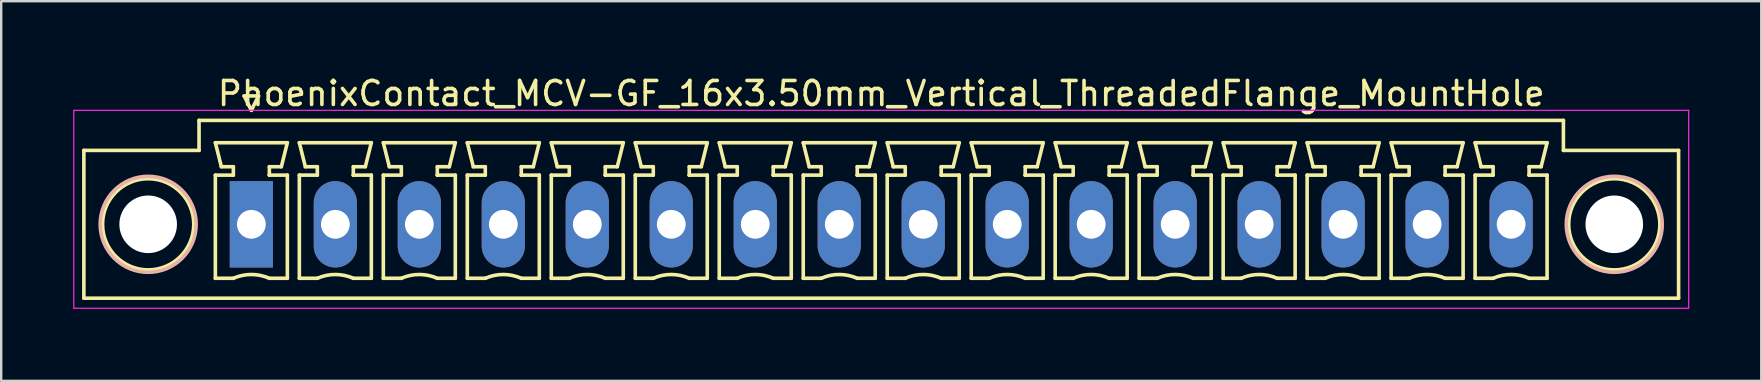
<source format=kicad_pcb>
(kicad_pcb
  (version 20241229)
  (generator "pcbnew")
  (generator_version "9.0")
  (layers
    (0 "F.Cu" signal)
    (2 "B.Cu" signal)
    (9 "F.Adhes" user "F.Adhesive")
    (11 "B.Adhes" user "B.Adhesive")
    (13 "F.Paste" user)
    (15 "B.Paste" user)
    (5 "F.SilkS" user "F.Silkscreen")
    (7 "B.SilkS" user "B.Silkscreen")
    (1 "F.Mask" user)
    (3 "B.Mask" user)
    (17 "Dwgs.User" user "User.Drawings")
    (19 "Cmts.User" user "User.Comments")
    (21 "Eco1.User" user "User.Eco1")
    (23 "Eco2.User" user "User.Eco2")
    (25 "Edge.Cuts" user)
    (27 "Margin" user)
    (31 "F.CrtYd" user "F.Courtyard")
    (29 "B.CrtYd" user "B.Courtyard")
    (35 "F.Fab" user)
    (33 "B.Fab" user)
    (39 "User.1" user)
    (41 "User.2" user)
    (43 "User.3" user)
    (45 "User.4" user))
  (footprint "PhoenixContact_MCV-GF_16x3.50mm_Vertical_ThreadedFlange_MountHole"
    (layer "F.Cu")
    (at 7.425 6.298)
    (property "Reference" "PhoenixContact_MCV-GF_16x3.50mm_Vertical_ThreadedFlange_MountHole" (at 26.25 -5.45 0) (layer "F.SilkS") (effects (font (size 1 1) (thickness 0.15))))
    (attr through_hole)
    (fp_line (start -6.98 -3.08) (end -6.98 3.08) (stroke (width 0.15) (type solid)) (layer "F.SilkS"))
    (fp_line (start -6.98 3.08) (end 59.48 3.08) (stroke (width 0.15) (type solid)) (layer "F.SilkS"))
    (fp_line (start -2.18 -4.33) (end -2.18 -3.08) (stroke (width 0.15) (type solid)) (layer "F.SilkS"))
    (fp_line (start -2.18 -3.08) (end -6.98 -3.08) (stroke (width 0.15) (type solid)) (layer "F.SilkS"))
    (fp_line (start -1.5 -3.4) (end 1.5 -3.4) (stroke (width 0.15) (type solid)) (layer "F.SilkS"))
    (fp_line (start -1.5 -2.05) (end -0.75 -2.05) (stroke (width 0.15) (type solid)) (layer "F.SilkS"))
    (fp_line (start -1.5 2.25) (end -1.5 -2.05) (stroke (width 0.15) (type solid)) (layer "F.SilkS"))
    (fp_line (start -1.25 -2.4) (end -1.5 -3.4) (stroke (width 0.15) (type solid)) (layer "F.SilkS"))
    (fp_line (start -0.75 -2.4) (end -1.25 -2.4) (stroke (width 0.15) (type solid)) (layer "F.SilkS"))
    (fp_line (start -0.75 -2.05) (end -0.75 -2.4) (stroke (width 0.15) (type solid)) (layer "F.SilkS"))
    (fp_line (start -0.75 2.25) (end -1.5 2.25) (stroke (width 0.15) (type solid)) (layer "F.SilkS"))
    (fp_line (start -0.3 -5.35) (end 0 -4.75) (stroke (width 0.15) (type solid)) (layer "F.SilkS"))
    (fp_line (start 0 -4.75) (end 0.3 -5.35) (stroke (width 0.15) (type solid)) (layer "F.SilkS"))
    (fp_line (start 0.3 -5.35) (end -0.3 -5.35) (stroke (width 0.15) (type solid)) (layer "F.SilkS"))
    (fp_line (start 0.75 -2.4) (end 0.75 -2.05) (stroke (width 0.15) (type solid)) (layer "F.SilkS"))
    (fp_line (start 0.75 -2.05) (end 0.75 -2.05) (stroke (width 0.15) (type solid)) (layer "F.SilkS"))
    (fp_line (start 0.75 -2.05) (end 1.5 -2.05) (stroke (width 0.15) (type solid)) (layer "F.SilkS"))
    (fp_line (start 1.25 -2.4) (end 0.75 -2.4) (stroke (width 0.15) (type solid)) (layer "F.SilkS"))
    (fp_line (start 1.5 -3.4) (end 1.25 -2.4) (stroke (width 0.15) (type solid)) (layer "F.SilkS"))
    (fp_line (start 1.5 -2.05) (end 1.5 2.25) (stroke (width 0.15) (type solid)) (layer "F.SilkS"))
    (fp_line (start 1.5 2.25) (end 0.75 2.25) (stroke (width 0.15) (type solid)) (layer "F.SilkS"))
    (fp_line (start 2 -3.4) (end 5 -3.4) (stroke (width 0.15) (type solid)) (layer "F.SilkS"))
    (fp_line (start 2 -2.05) (end 2.75 -2.05) (stroke (width 0.15) (type solid)) (layer "F.SilkS"))
    (fp_line (start 2 2.25) (end 2 -2.05) (stroke (width 0.15) (type solid)) (layer "F.SilkS"))
    (fp_line (start 2.25 -2.4) (end 2 -3.4) (stroke (width 0.15) (type solid)) (layer "F.SilkS"))
    (fp_line (start 2.75 -2.4) (end 2.25 -2.4) (stroke (width 0.15) (type solid)) (layer "F.SilkS"))
    (fp_line (start 2.75 -2.05) (end 2.75 -2.4) (stroke (width 0.15) (type solid)) (layer "F.SilkS"))
    (fp_line (start 2.75 2.25) (end 2 2.25) (stroke (width 0.15) (type solid)) (layer "F.SilkS"))
    (fp_line (start 4.25 -2.4) (end 4.25 -2.05) (stroke (width 0.15) (type solid)) (layer "F.SilkS"))
    (fp_line (start 4.25 -2.05) (end 4.25 -2.05) (stroke (width 0.15) (type solid)) (layer "F.SilkS"))
    (fp_line (start 4.25 -2.05) (end 5 -2.05) (stroke (width 0.15) (type solid)) (layer "F.SilkS"))
    (fp_line (start 4.75 -2.4) (end 4.25 -2.4) (stroke (width 0.15) (type solid)) (layer "F.SilkS"))
    (fp_line (start 5 -3.4) (end 4.75 -2.4) (stroke (width 0.15) (type solid)) (layer "F.SilkS"))
    (fp_line (start 5 -2.05) (end 5 2.25) (stroke (width 0.15) (type solid)) (layer "F.SilkS"))
    (fp_line (start 5 2.25) (end 4.25 2.25) (stroke (width 0.15) (type solid)) (layer "F.SilkS"))
    (fp_line (start 5.5 -3.4) (end 8.5 -3.4) (stroke (width 0.15) (type solid)) (layer "F.SilkS"))
    (fp_line (start 5.5 -2.05) (end 6.25 -2.05) (stroke (width 0.15) (type solid)) (layer "F.SilkS"))
    (fp_line (start 5.5 2.25) (end 5.5 -2.05) (stroke (width 0.15) (type solid)) (layer "F.SilkS"))
    (fp_line (start 5.75 -2.4) (end 5.5 -3.4) (stroke (width 0.15) (type solid)) (layer "F.SilkS"))
    (fp_line (start 6.25 -2.4) (end 5.75 -2.4) (stroke (width 0.15) (type solid)) (layer "F.SilkS"))
    (fp_line (start 6.25 -2.05) (end 6.25 -2.4) (stroke (width 0.15) (type solid)) (layer "F.SilkS"))
    (fp_line (start 6.25 2.25) (end 5.5 2.25) (stroke (width 0.15) (type solid)) (layer "F.SilkS"))
    (fp_line (start 7.75 -2.4) (end 7.75 -2.05) (stroke (width 0.15) (type solid)) (layer "F.SilkS"))
    (fp_line (start 7.75 -2.05) (end 7.75 -2.05) (stroke (width 0.15) (type solid)) (layer "F.SilkS"))
    (fp_line (start 7.75 -2.05) (end 8.5 -2.05) (stroke (width 0.15) (type solid)) (layer "F.SilkS"))
    (fp_line (start 8.25 -2.4) (end 7.75 -2.4) (stroke (width 0.15) (type solid)) (layer "F.SilkS"))
    (fp_line (start 8.5 -3.4) (end 8.25 -2.4) (stroke (width 0.15) (type solid)) (layer "F.SilkS"))
    (fp_line (start 8.5 -2.05) (end 8.5 2.25) (stroke (width 0.15) (type solid)) (layer "F.SilkS"))
    (fp_line (start 8.5 2.25) (end 7.75 2.25) (stroke (width 0.15) (type solid)) (layer "F.SilkS"))
    (fp_line (start 9 -3.4) (end 12 -3.4) (stroke (width 0.15) (type solid)) (layer "F.SilkS"))
    (fp_line (start 9 -2.05) (end 9.75 -2.05) (stroke (width 0.15) (type solid)) (layer "F.SilkS"))
    (fp_line (start 9 2.25) (end 9 -2.05) (stroke (width 0.15) (type solid)) (layer "F.SilkS"))
    (fp_line (start 9.25 -2.4) (end 9 -3.4) (stroke (width 0.15) (type solid)) (layer "F.SilkS"))
    (fp_line (start 9.75 -2.4) (end 9.25 -2.4) (stroke (width 0.15) (type solid)) (layer "F.SilkS"))
    (fp_line (start 9.75 -2.05) (end 9.75 -2.4) (stroke (width 0.15) (type solid)) (layer "F.SilkS"))
    (fp_line (start 9.75 2.25) (end 9 2.25) (stroke (width 0.15) (type solid)) (layer "F.SilkS"))
    (fp_line (start 11.25 -2.4) (end 11.25 -2.05) (stroke (width 0.15) (type solid)) (layer "F.SilkS"))
    (fp_line (start 11.25 -2.05) (end 11.25 -2.05) (stroke (width 0.15) (type solid)) (layer "F.SilkS"))
    (fp_line (start 11.25 -2.05) (end 12 -2.05) (stroke (width 0.15) (type solid)) (layer "F.SilkS"))
    (fp_line (start 11.75 -2.4) (end 11.25 -2.4) (stroke (width 0.15) (type solid)) (layer "F.SilkS"))
    (fp_line (start 12 -3.4) (end 11.75 -2.4) (stroke (width 0.15) (type solid)) (layer "F.SilkS"))
    (fp_line (start 12 -2.05) (end 12 2.25) (stroke (width 0.15) (type solid)) (layer "F.SilkS"))
    (fp_line (start 12 2.25) (end 11.25 2.25) (stroke (width 0.15) (type solid)) (layer "F.SilkS"))
    (fp_line (start 12.5 -3.4) (end 15.5 -3.4) (stroke (width 0.15) (type solid)) (layer "F.SilkS"))
    (fp_line (start 12.5 -2.05) (end 13.25 -2.05) (stroke (width 0.15) (type solid)) (layer "F.SilkS"))
    (fp_line (start 12.5 2.25) (end 12.5 -2.05) (stroke (width 0.15) (type solid)) (layer "F.SilkS"))
    (fp_line (start 12.75 -2.4) (end 12.5 -3.4) (stroke (width 0.15) (type solid)) (layer "F.SilkS"))
    (fp_line (start 13.25 -2.4) (end 12.75 -2.4) (stroke (width 0.15) (type solid)) (layer "F.SilkS"))
    (fp_line (start 13.25 -2.05) (end 13.25 -2.4) (stroke (width 0.15) (type solid)) (layer "F.SilkS"))
    (fp_line (start 13.25 2.25) (end 12.5 2.25) (stroke (width 0.15) (type solid)) (layer "F.SilkS"))
    (fp_line (start 14.75 -2.4) (end 14.75 -2.05) (stroke (width 0.15) (type solid)) (layer "F.SilkS"))
    (fp_line (start 14.75 -2.05) (end 14.75 -2.05) (stroke (width 0.15) (type solid)) (layer "F.SilkS"))
    (fp_line (start 14.75 -2.05) (end 15.5 -2.05) (stroke (width 0.15) (type solid)) (layer "F.SilkS"))
    (fp_line (start 15.25 -2.4) (end 14.75 -2.4) (stroke (width 0.15) (type solid)) (layer "F.SilkS"))
    (fp_line (start 15.5 -3.4) (end 15.25 -2.4) (stroke (width 0.15) (type solid)) (layer "F.SilkS"))
    (fp_line (start 15.5 -2.05) (end 15.5 2.25) (stroke (width 0.15) (type solid)) (layer "F.SilkS"))
    (fp_line (start 15.5 2.25) (end 14.75 2.25) (stroke (width 0.15) (type solid)) (layer "F.SilkS"))
    (fp_line (start 16 -3.4) (end 19 -3.4) (stroke (width 0.15) (type solid)) (layer "F.SilkS"))
    (fp_line (start 16 -2.05) (end 16.75 -2.05) (stroke (width 0.15) (type solid)) (layer "F.SilkS"))
    (fp_line (start 16 2.25) (end 16 -2.05) (stroke (width 0.15) (type solid)) (layer "F.SilkS"))
    (fp_line (start 16.25 -2.4) (end 16 -3.4) (stroke (width 0.15) (type solid)) (layer "F.SilkS"))
    (fp_line (start 16.75 -2.4) (end 16.25 -2.4) (stroke (width 0.15) (type solid)) (layer "F.SilkS"))
    (fp_line (start 16.75 -2.05) (end 16.75 -2.4) (stroke (width 0.15) (type solid)) (layer "F.SilkS"))
    (fp_line (start 16.75 2.25) (end 16 2.25) (stroke (width 0.15) (type solid)) (layer "F.SilkS"))
    (fp_line (start 18.25 -2.4) (end 18.25 -2.05) (stroke (width 0.15) (type solid)) (layer "F.SilkS"))
    (fp_line (start 18.25 -2.05) (end 18.25 -2.05) (stroke (width 0.15) (type solid)) (layer "F.SilkS"))
    (fp_line (start 18.25 -2.05) (end 19 -2.05) (stroke (width 0.15) (type solid)) (layer "F.SilkS"))
    (fp_line (start 18.75 -2.4) (end 18.25 -2.4) (stroke (width 0.15) (type solid)) (layer "F.SilkS"))
    (fp_line (start 19 -3.4) (end 18.75 -2.4) (stroke (width 0.15) (type solid)) (layer "F.SilkS"))
    (fp_line (start 19 -2.05) (end 19 2.25) (stroke (width 0.15) (type solid)) (layer "F.SilkS"))
    (fp_line (start 19 2.25) (end 18.25 2.25) (stroke (width 0.15) (type solid)) (layer "F.SilkS"))
    (fp_line (start 19.5 -3.4) (end 22.5 -3.4) (stroke (width 0.15) (type solid)) (layer "F.SilkS"))
    (fp_line (start 19.5 -2.05) (end 20.25 -2.05) (stroke (width 0.15) (type solid)) (layer "F.SilkS"))
    (fp_line (start 19.5 2.25) (end 19.5 -2.05) (stroke (width 0.15) (type solid)) (layer "F.SilkS"))
    (fp_line (start 19.75 -2.4) (end 19.5 -3.4) (stroke (width 0.15) (type solid)) (layer "F.SilkS"))
    (fp_line (start 20.25 -2.4) (end 19.75 -2.4) (stroke (width 0.15) (type solid)) (layer "F.SilkS"))
    (fp_line (start 20.25 -2.05) (end 20.25 -2.4) (stroke (width 0.15) (type solid)) (layer "F.SilkS"))
    (fp_line (start 20.25 2.25) (end 19.5 2.25) (stroke (width 0.15) (type solid)) (layer "F.SilkS"))
    (fp_line (start 21.75 -2.4) (end 21.75 -2.05) (stroke (width 0.15) (type solid)) (layer "F.SilkS"))
    (fp_line (start 21.75 -2.05) (end 21.75 -2.05) (stroke (width 0.15) (type solid)) (layer "F.SilkS"))
    (fp_line (start 21.75 -2.05) (end 22.5 -2.05) (stroke (width 0.15) (type solid)) (layer "F.SilkS"))
    (fp_line (start 22.25 -2.4) (end 21.75 -2.4) (stroke (width 0.15) (type solid)) (layer "F.SilkS"))
    (fp_line (start 22.5 -3.4) (end 22.25 -2.4) (stroke (width 0.15) (type solid)) (layer "F.SilkS"))
    (fp_line (start 22.5 -2.05) (end 22.5 2.25) (stroke (width 0.15) (type solid)) (layer "F.SilkS"))
    (fp_line (start 22.5 2.25) (end 21.75 2.25) (stroke (width 0.15) (type solid)) (layer "F.SilkS"))
    (fp_line (start 23 -3.4) (end 26 -3.4) (stroke (width 0.15) (type solid)) (layer "F.SilkS"))
    (fp_line (start 23 -2.05) (end 23.75 -2.05) (stroke (width 0.15) (type solid)) (layer "F.SilkS"))
    (fp_line (start 23 2.25) (end 23 -2.05) (stroke (width 0.15) (type solid)) (layer "F.SilkS"))
    (fp_line (start 23.25 -2.4) (end 23 -3.4) (stroke (width 0.15) (type solid)) (layer "F.SilkS"))
    (fp_line (start 23.75 -2.4) (end 23.25 -2.4) (stroke (width 0.15) (type solid)) (layer "F.SilkS"))
    (fp_line (start 23.75 -2.05) (end 23.75 -2.4) (stroke (width 0.15) (type solid)) (layer "F.SilkS"))
    (fp_line (start 23.75 2.25) (end 23 2.25) (stroke (width 0.15) (type solid)) (layer "F.SilkS"))
    (fp_line (start 25.25 -2.4) (end 25.25 -2.05) (stroke (width 0.15) (type solid)) (layer "F.SilkS"))
    (fp_line (start 25.25 -2.05) (end 25.25 -2.05) (stroke (width 0.15) (type solid)) (layer "F.SilkS"))
    (fp_line (start 25.25 -2.05) (end 26 -2.05) (stroke (width 0.15) (type solid)) (layer "F.SilkS"))
    (fp_line (start 25.75 -2.4) (end 25.25 -2.4) (stroke (width 0.15) (type solid)) (layer "F.SilkS"))
    (fp_line (start 26 -3.4) (end 25.75 -2.4) (stroke (width 0.15) (type solid)) (layer "F.SilkS"))
    (fp_line (start 26 -2.05) (end 26 2.25) (stroke (width 0.15) (type solid)) (layer "F.SilkS"))
    (fp_line (start 26 2.25) (end 25.25 2.25) (stroke (width 0.15) (type solid)) (layer "F.SilkS"))
    (fp_line (start 26.5 -3.4) (end 29.5 -3.4) (stroke (width 0.15) (type solid)) (layer "F.SilkS"))
    (fp_line (start 26.5 -2.05) (end 27.25 -2.05) (stroke (width 0.15) (type solid)) (layer "F.SilkS"))
    (fp_line (start 26.5 2.25) (end 26.5 -2.05) (stroke (width 0.15) (type solid)) (layer "F.SilkS"))
    (fp_line (start 26.75 -2.4) (end 26.5 -3.4) (stroke (width 0.15) (type solid)) (layer "F.SilkS"))
    (fp_line (start 27.25 -2.4) (end 26.75 -2.4) (stroke (width 0.15) (type solid)) (layer "F.SilkS"))
    (fp_line (start 27.25 -2.05) (end 27.25 -2.4) (stroke (width 0.15) (type solid)) (layer "F.SilkS"))
    (fp_line (start 27.25 2.25) (end 26.5 2.25) (stroke (width 0.15) (type solid)) (layer "F.SilkS"))
    (fp_line (start 28.75 -2.4) (end 28.75 -2.05) (stroke (width 0.15) (type solid)) (layer "F.SilkS"))
    (fp_line (start 28.75 -2.05) (end 28.75 -2.05) (stroke (width 0.15) (type solid)) (layer "F.SilkS"))
    (fp_line (start 28.75 -2.05) (end 29.5 -2.05) (stroke (width 0.15) (type solid)) (layer "F.SilkS"))
    (fp_line (start 29.25 -2.4) (end 28.75 -2.4) (stroke (width 0.15) (type solid)) (layer "F.SilkS"))
    (fp_line (start 29.5 -3.4) (end 29.25 -2.4) (stroke (width 0.15) (type solid)) (layer "F.SilkS"))
    (fp_line (start 29.5 -2.05) (end 29.5 2.25) (stroke (width 0.15) (type solid)) (layer "F.SilkS"))
    (fp_line (start 29.5 2.25) (end 28.75 2.25) (stroke (width 0.15) (type solid)) (layer "F.SilkS"))
    (fp_line (start 30 -3.4) (end 33 -3.4) (stroke (width 0.15) (type solid)) (layer "F.SilkS"))
    (fp_line (start 30 -2.05) (end 30.75 -2.05) (stroke (width 0.15) (type solid)) (layer "F.SilkS"))
    (fp_line (start 30 2.25) (end 30 -2.05) (stroke (width 0.15) (type solid)) (layer "F.SilkS"))
    (fp_line (start 30.25 -2.4) (end 30 -3.4) (stroke (width 0.15) (type solid)) (layer "F.SilkS"))
    (fp_line (start 30.75 -2.4) (end 30.25 -2.4) (stroke (width 0.15) (type solid)) (layer "F.SilkS"))
    (fp_line (start 30.75 -2.05) (end 30.75 -2.4) (stroke (width 0.15) (type solid)) (layer "F.SilkS"))
    (fp_line (start 30.75 2.25) (end 30 2.25) (stroke (width 0.15) (type solid)) (layer "F.SilkS"))
    (fp_line (start 32.25 -2.4) (end 32.25 -2.05) (stroke (width 0.15) (type solid)) (layer "F.SilkS"))
    (fp_line (start 32.25 -2.05) (end 32.25 -2.05) (stroke (width 0.15) (type solid)) (layer "F.SilkS"))
    (fp_line (start 32.25 -2.05) (end 33 -2.05) (stroke (width 0.15) (type solid)) (layer "F.SilkS"))
    (fp_line (start 32.75 -2.4) (end 32.25 -2.4) (stroke (width 0.15) (type solid)) (layer "F.SilkS"))
    (fp_line (start 33 -3.4) (end 32.75 -2.4) (stroke (width 0.15) (type solid)) (layer "F.SilkS"))
    (fp_line (start 33 -2.05) (end 33 2.25) (stroke (width 0.15) (type solid)) (layer "F.SilkS"))
    (fp_line (start 33 2.25) (end 32.25 2.25) (stroke (width 0.15) (type solid)) (layer "F.SilkS"))
    (fp_line (start 33.5 -3.4) (end 36.5 -3.4) (stroke (width 0.15) (type solid)) (layer "F.SilkS"))
    (fp_line (start 33.5 -2.05) (end 34.25 -2.05) (stroke (width 0.15) (type solid)) (layer "F.SilkS"))
    (fp_line (start 33.5 2.25) (end 33.5 -2.05) (stroke (width 0.15) (type solid)) (layer "F.SilkS"))
    (fp_line (start 33.75 -2.4) (end 33.5 -3.4) (stroke (width 0.15) (type solid)) (layer "F.SilkS"))
    (fp_line (start 34.25 -2.4) (end 33.75 -2.4) (stroke (width 0.15) (type solid)) (layer "F.SilkS"))
    (fp_line (start 34.25 -2.05) (end 34.25 -2.4) (stroke (width 0.15) (type solid)) (layer "F.SilkS"))
    (fp_line (start 34.25 2.25) (end 33.5 2.25) (stroke (width 0.15) (type solid)) (layer "F.SilkS"))
    (fp_line (start 35.75 -2.4) (end 35.75 -2.05) (stroke (width 0.15) (type solid)) (layer "F.SilkS"))
    (fp_line (start 35.75 -2.05) (end 35.75 -2.05) (stroke (width 0.15) (type solid)) (layer "F.SilkS"))
    (fp_line (start 35.75 -2.05) (end 36.5 -2.05) (stroke (width 0.15) (type solid)) (layer "F.SilkS"))
    (fp_line (start 36.25 -2.4) (end 35.75 -2.4) (stroke (width 0.15) (type solid)) (layer "F.SilkS"))
    (fp_line (start 36.5 -3.4) (end 36.25 -2.4) (stroke (width 0.15) (type solid)) (layer "F.SilkS"))
    (fp_line (start 36.5 -2.05) (end 36.5 2.25) (stroke (width 0.15) (type solid)) (layer "F.SilkS"))
    (fp_line (start 36.5 2.25) (end 35.75 2.25) (stroke (width 0.15) (type solid)) (layer "F.SilkS"))
    (fp_line (start 37 -3.4) (end 40 -3.4) (stroke (width 0.15) (type solid)) (layer "F.SilkS"))
    (fp_line (start 37 -2.05) (end 37.75 -2.05) (stroke (width 0.15) (type solid)) (layer "F.SilkS"))
    (fp_line (start 37 2.25) (end 37 -2.05) (stroke (width 0.15) (type solid)) (layer "F.SilkS"))
    (fp_line (start 37.25 -2.4) (end 37 -3.4) (stroke (width 0.15) (type solid)) (layer "F.SilkS"))
    (fp_line (start 37.75 -2.4) (end 37.25 -2.4) (stroke (width 0.15) (type solid)) (layer "F.SilkS"))
    (fp_line (start 37.75 -2.05) (end 37.75 -2.4) (stroke (width 0.15) (type solid)) (layer "F.SilkS"))
    (fp_line (start 37.75 2.25) (end 37 2.25) (stroke (width 0.15) (type solid)) (layer "F.SilkS"))
    (fp_line (start 39.25 -2.4) (end 39.25 -2.05) (stroke (width 0.15) (type solid)) (layer "F.SilkS"))
    (fp_line (start 39.25 -2.05) (end 39.25 -2.05) (stroke (width 0.15) (type solid)) (layer "F.SilkS"))
    (fp_line (start 39.25 -2.05) (end 40 -2.05) (stroke (width 0.15) (type solid)) (layer "F.SilkS"))
    (fp_line (start 39.75 -2.4) (end 39.25 -2.4) (stroke (width 0.15) (type solid)) (layer "F.SilkS"))
    (fp_line (start 40 -3.4) (end 39.75 -2.4) (stroke (width 0.15) (type solid)) (layer "F.SilkS"))
    (fp_line (start 40 -2.05) (end 40 2.25) (stroke (width 0.15) (type solid)) (layer "F.SilkS"))
    (fp_line (start 40 2.25) (end 39.25 2.25) (stroke (width 0.15) (type solid)) (layer "F.SilkS"))
    (fp_line (start 40.5 -3.4) (end 43.5 -3.4) (stroke (width 0.15) (type solid)) (layer "F.SilkS"))
    (fp_line (start 40.5 -2.05) (end 41.25 -2.05) (stroke (width 0.15) (type solid)) (layer "F.SilkS"))
    (fp_line (start 40.5 2.25) (end 40.5 -2.05) (stroke (width 0.15) (type solid)) (layer "F.SilkS"))
    (fp_line (start 40.75 -2.4) (end 40.5 -3.4) (stroke (width 0.15) (type solid)) (layer "F.SilkS"))
    (fp_line (start 41.25 -2.4) (end 40.75 -2.4) (stroke (width 0.15) (type solid)) (layer "F.SilkS"))
    (fp_line (start 41.25 -2.05) (end 41.25 -2.4) (stroke (width 0.15) (type solid)) (layer "F.SilkS"))
    (fp_line (start 41.25 2.25) (end 40.5 2.25) (stroke (width 0.15) (type solid)) (layer "F.SilkS"))
    (fp_line (start 42.75 -2.4) (end 42.75 -2.05) (stroke (width 0.15) (type solid)) (layer "F.SilkS"))
    (fp_line (start 42.75 -2.05) (end 42.75 -2.05) (stroke (width 0.15) (type solid)) (layer "F.SilkS"))
    (fp_line (start 42.75 -2.05) (end 43.5 -2.05) (stroke (width 0.15) (type solid)) (layer "F.SilkS"))
    (fp_line (start 43.25 -2.4) (end 42.75 -2.4) (stroke (width 0.15) (type solid)) (layer "F.SilkS"))
    (fp_line (start 43.5 -3.4) (end 43.25 -2.4) (stroke (width 0.15) (type solid)) (layer "F.SilkS"))
    (fp_line (start 43.5 -2.05) (end 43.5 2.25) (stroke (width 0.15) (type solid)) (layer "F.SilkS"))
    (fp_line (start 43.5 2.25) (end 42.75 2.25) (stroke (width 0.15) (type solid)) (layer "F.SilkS"))
    (fp_line (start 44 -3.4) (end 47 -3.4) (stroke (width 0.15) (type solid)) (layer "F.SilkS"))
    (fp_line (start 44 -2.05) (end 44.75 -2.05) (stroke (width 0.15) (type solid)) (layer "F.SilkS"))
    (fp_line (start 44 2.25) (end 44 -2.05) (stroke (width 0.15) (type solid)) (layer "F.SilkS"))
    (fp_line (start 44.25 -2.4) (end 44 -3.4) (stroke (width 0.15) (type solid)) (layer "F.SilkS"))
    (fp_line (start 44.75 -2.4) (end 44.25 -2.4) (stroke (width 0.15) (type solid)) (layer "F.SilkS"))
    (fp_line (start 44.75 -2.05) (end 44.75 -2.4) (stroke (width 0.15) (type solid)) (layer "F.SilkS"))
    (fp_line (start 44.75 2.25) (end 44 2.25) (stroke (width 0.15) (type solid)) (layer "F.SilkS"))
    (fp_line (start 46.25 -2.4) (end 46.25 -2.05) (stroke (width 0.15) (type solid)) (layer "F.SilkS"))
    (fp_line (start 46.25 -2.05) (end 46.25 -2.05) (stroke (width 0.15) (type solid)) (layer "F.SilkS"))
    (fp_line (start 46.25 -2.05) (end 47 -2.05) (stroke (width 0.15) (type solid)) (layer "F.SilkS"))
    (fp_line (start 46.75 -2.4) (end 46.25 -2.4) (stroke (width 0.15) (type solid)) (layer "F.SilkS"))
    (fp_line (start 47 -3.4) (end 46.75 -2.4) (stroke (width 0.15) (type solid)) (layer "F.SilkS"))
    (fp_line (start 47 -2.05) (end 47 2.25) (stroke (width 0.15) (type solid)) (layer "F.SilkS"))
    (fp_line (start 47 2.25) (end 46.25 2.25) (stroke (width 0.15) (type solid)) (layer "F.SilkS"))
    (fp_line (start 47.5 -3.4) (end 50.5 -3.4) (stroke (width 0.15) (type solid)) (layer "F.SilkS"))
    (fp_line (start 47.5 -2.05) (end 48.25 -2.05) (stroke (width 0.15) (type solid)) (layer "F.SilkS"))
    (fp_line (start 47.5 2.25) (end 47.5 -2.05) (stroke (width 0.15) (type solid)) (layer "F.SilkS"))
    (fp_line (start 47.75 -2.4) (end 47.5 -3.4) (stroke (width 0.15) (type solid)) (layer "F.SilkS"))
    (fp_line (start 48.25 -2.4) (end 47.75 -2.4) (stroke (width 0.15) (type solid)) (layer "F.SilkS"))
    (fp_line (start 48.25 -2.05) (end 48.25 -2.4) (stroke (width 0.15) (type solid)) (layer "F.SilkS"))
    (fp_line (start 48.25 2.25) (end 47.5 2.25) (stroke (width 0.15) (type solid)) (layer "F.SilkS"))
    (fp_line (start 49.75 -2.4) (end 49.75 -2.05) (stroke (width 0.15) (type solid)) (layer "F.SilkS"))
    (fp_line (start 49.75 -2.05) (end 49.75 -2.05) (stroke (width 0.15) (type solid)) (layer "F.SilkS"))
    (fp_line (start 49.75 -2.05) (end 50.5 -2.05) (stroke (width 0.15) (type solid)) (layer "F.SilkS"))
    (fp_line (start 50.25 -2.4) (end 49.75 -2.4) (stroke (width 0.15) (type solid)) (layer "F.SilkS"))
    (fp_line (start 50.5 -3.4) (end 50.25 -2.4) (stroke (width 0.15) (type solid)) (layer "F.SilkS"))
    (fp_line (start 50.5 -2.05) (end 50.5 2.25) (stroke (width 0.15) (type solid)) (layer "F.SilkS"))
    (fp_line (start 50.5 2.25) (end 49.75 2.25) (stroke (width 0.15) (type solid)) (layer "F.SilkS"))
    (fp_line (start 51 -3.4) (end 54 -3.4) (stroke (width 0.15) (type solid)) (layer "F.SilkS"))
    (fp_line (start 51 -2.05) (end 51.75 -2.05) (stroke (width 0.15) (type solid)) (layer "F.SilkS"))
    (fp_line (start 51 2.25) (end 51 -2.05) (stroke (width 0.15) (type solid)) (layer "F.SilkS"))
    (fp_line (start 51.25 -2.4) (end 51 -3.4) (stroke (width 0.15) (type solid)) (layer "F.SilkS"))
    (fp_line (start 51.75 -2.4) (end 51.25 -2.4) (stroke (width 0.15) (type solid)) (layer "F.SilkS"))
    (fp_line (start 51.75 -2.05) (end 51.75 -2.4) (stroke (width 0.15) (type solid)) (layer "F.SilkS"))
    (fp_line (start 51.75 2.25) (end 51 2.25) (stroke (width 0.15) (type solid)) (layer "F.SilkS"))
    (fp_line (start 53.25 -2.4) (end 53.25 -2.05) (stroke (width 0.15) (type solid)) (layer "F.SilkS"))
    (fp_line (start 53.25 -2.05) (end 53.25 -2.05) (stroke (width 0.15) (type solid)) (layer "F.SilkS"))
    (fp_line (start 53.25 -2.05) (end 54 -2.05) (stroke (width 0.15) (type solid)) (layer "F.SilkS"))
    (fp_line (start 53.75 -2.4) (end 53.25 -2.4) (stroke (width 0.15) (type solid)) (layer "F.SilkS"))
    (fp_line (start 54 -3.4) (end 53.75 -2.4) (stroke (width 0.15) (type solid)) (layer "F.SilkS"))
    (fp_line (start 54 -2.05) (end 54 2.25) (stroke (width 0.15) (type solid)) (layer "F.SilkS"))
    (fp_line (start 54 2.25) (end 53.25 2.25) (stroke (width 0.15) (type solid)) (layer "F.SilkS"))
    (fp_line (start 54.68 -4.33) (end -2.18 -4.33) (stroke (width 0.15) (type solid)) (layer "F.SilkS"))
    (fp_line (start 54.68 -3.08) (end 54.68 -4.33) (stroke (width 0.15) (type solid)) (layer "F.SilkS"))
    (fp_line (start 59.48 -3.08) (end 54.68 -3.08) (stroke (width 0.15) (type solid)) (layer "F.SilkS"))
    (fp_line (start 59.48 3.08) (end 59.48 -3.08) (stroke (width 0.15) (type solid)) (layer "F.SilkS"))
    (fp_arc (start -0.75 2.25) (mid -0.000193 2.09191) (end 0.749647 2.249844) (stroke (width 0.15) (type solid)) (layer "F.SilkS"))
    (fp_arc (start 2.75 2.25) (mid 3.499807 2.09191) (end 4.249647 2.249844) (stroke (width 0.15) (type solid)) (layer "F.SilkS"))
    (fp_arc (start 6.25 2.25) (mid 6.999807 2.09191) (end 7.749647 2.249844) (stroke (width 0.15) (type solid)) (layer "F.SilkS"))
    (fp_arc (start 9.75 2.25) (mid 10.499807 2.09191) (end 11.249647 2.249844) (stroke (width 0.15) (type solid)) (layer "F.SilkS"))
    (fp_arc (start 13.25 2.25) (mid 13.999807 2.09191) (end 14.749647 2.249844) (stroke (width 0.15) (type solid)) (layer "F.SilkS"))
    (fp_arc (start 16.75 2.25) (mid 17.499807 2.09191) (end 18.249647 2.249844) (stroke (width 0.15) (type solid)) (layer "F.SilkS"))
    (fp_arc (start 20.25 2.25) (mid 20.999807 2.09191) (end 21.749647 2.249844) (stroke (width 0.15) (type solid)) (layer "F.SilkS"))
    (fp_arc (start 23.75 2.25) (mid 24.499807 2.09191) (end 25.249647 2.249844) (stroke (width 0.15) (type solid)) (layer "F.SilkS"))
    (fp_arc (start 27.25 2.25) (mid 27.999807 2.09191) (end 28.749647 2.249844) (stroke (width 0.15) (type solid)) (layer "F.SilkS"))
    (fp_arc (start 30.75 2.25) (mid 31.499807 2.09191) (end 32.249647 2.249844) (stroke (width 0.15) (type solid)) (layer "F.SilkS"))
    (fp_arc (start 34.25 2.25) (mid 34.999807 2.09191) (end 35.749647 2.249844) (stroke (width 0.15) (type solid)) (layer "F.SilkS"))
    (fp_arc (start 37.75 2.25) (mid 38.499807 2.09191) (end 39.249647 2.249844) (stroke (width 0.15) (type solid)) (layer "F.SilkS"))
    (fp_arc (start 41.25 2.25) (mid 41.999807 2.09191) (end 42.749647 2.249844) (stroke (width 0.15) (type solid)) (layer "F.SilkS"))
    (fp_arc (start 44.75 2.25) (mid 45.499807 2.09191) (end 46.249647 2.249844) (stroke (width 0.15) (type solid)) (layer "F.SilkS"))
    (fp_arc (start 48.25 2.25) (mid 48.999807 2.09191) (end 49.749647 2.249844) (stroke (width 0.15) (type solid)) (layer "F.SilkS"))
    (fp_arc (start 51.75 2.25) (mid 52.499807 2.09191) (end 53.249647 2.249844) (stroke (width 0.15) (type solid)) (layer "F.SilkS"))
    (fp_circle (center -4.3 0) (end -2.4 0) (stroke (width 0.15) (type solid)) (fill no) (layer "F.SilkS"))
    (fp_circle (center 56.8 0) (end 58.7 0) (stroke (width 0.15) (type solid)) (fill no) (layer "F.SilkS"))
    (fp_circle (center -4.3 0) (end -2.3 0) (stroke (width 0.15) (type solid)) (fill no) (layer "B.SilkS"))
    (fp_circle (center 56.8 0) (end 58.8 0) (stroke (width 0.15) (type solid)) (fill no) (layer "B.SilkS"))
    (fp_line (start -7.4 -4.75) (end -7.4 3.5) (stroke (width 0.05) (type solid)) (layer "F.CrtYd"))
    (fp_line (start -7.4 3.5) (end 59.9 3.5) (stroke (width 0.05) (type solid)) (layer "F.CrtYd"))
    (fp_line (start 59.9 -4.75) (end -7.4 -4.75) (stroke (width 0.05) (type solid)) (layer "F.CrtYd"))
    (fp_line (start 59.9 3.5) (end 59.9 -4.75) (stroke (width 0.05) (type solid)) (layer "F.CrtYd"))
    (pad "" np_thru_hole circle (at -4.3 0) (size 2.4 2.4) (drill 2.4) (layers "*.Cu" "*.Mask"))
    (pad "" np_thru_hole circle (at 56.8 0) (size 2.4 2.4) (drill 2.4) (layers "*.Cu" "*.Mask"))
    (pad "1" thru_hole rect (at 0 0) (size 1.8 3.6) (drill 1.2) (layers "*.Cu" "*.Mask"))
    (pad "2" thru_hole oval (at 3.5 0) (size 1.8 3.6) (drill 1.2) (layers "*.Cu" "*.Mask"))
    (pad "3" thru_hole oval (at 7 0) (size 1.8 3.6) (drill 1.2) (layers "*.Cu" "*.Mask"))
    (pad "4" thru_hole oval (at 10.5 0) (size 1.8 3.6) (drill 1.2) (layers "*.Cu" "*.Mask"))
    (pad "5" thru_hole oval (at 14 0) (size 1.8 3.6) (drill 1.2) (layers "*.Cu" "*.Mask"))
    (pad "6" thru_hole oval (at 17.5 0) (size 1.8 3.6) (drill 1.2) (layers "*.Cu" "*.Mask"))
    (pad "7" thru_hole oval (at 21 0) (size 1.8 3.6) (drill 1.2) (layers "*.Cu" "*.Mask"))
    (pad "8" thru_hole oval (at 24.5 0) (size 1.8 3.6) (drill 1.2) (layers "*.Cu" "*.Mask"))
    (pad "9" thru_hole oval (at 28 0) (size 1.8 3.6) (drill 1.2) (layers "*.Cu" "*.Mask"))
    (pad "10" thru_hole oval (at 31.5 0) (size 1.8 3.6) (drill 1.2) (layers "*.Cu" "*.Mask"))
    (pad "11" thru_hole oval (at 35 0) (size 1.8 3.6) (drill 1.2) (layers "*.Cu" "*.Mask"))
    (pad "12" thru_hole oval (at 38.5 0) (size 1.8 3.6) (drill 1.2) (layers "*.Cu" "*.Mask"))
    (pad "13" thru_hole oval (at 42 0) (size 1.8 3.6) (drill 1.2) (layers "*.Cu" "*.Mask"))
    (pad "14" thru_hole oval (at 45.5 0) (size 1.8 3.6) (drill 1.2) (layers "*.Cu" "*.Mask"))
    (pad "15" thru_hole oval (at 49 0) (size 1.8 3.6) (drill 1.2) (layers "*.Cu" "*.Mask"))
    (pad "16" thru_hole oval (at 52.5 0) (size 1.8 3.6) (drill 1.2) (layers "*.Cu" "*.Mask")))
  (gr_rect
    (start -3 -3)
    (end 70.35 12.823)
    (stroke (width 0.1) (type default))
    (fill no)
    (layer "Edge.Cuts")))
</source>
